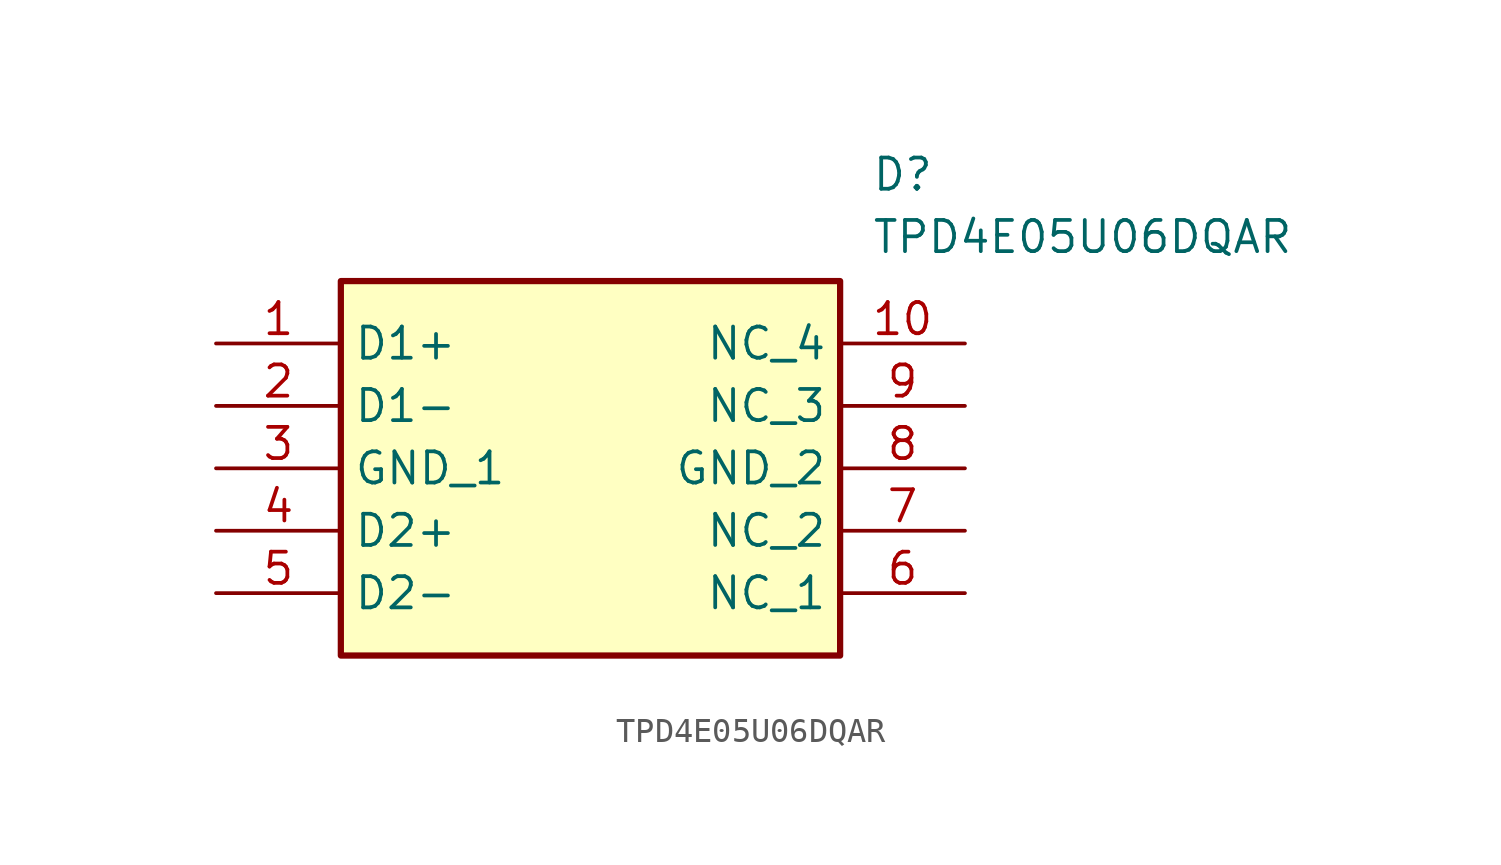
<source format=kicad_sym>
(kicad_symbol_lib
  (version 20211014)
  (generator SamacSys_ECAD_Model)
  (symbol "TPD4E05U06DQAR"
    (property "Reference" "D"
      (at 26.67 7.62 0)
      (effects (font (size 1.27 1.27)) (justify left top)))
    (property "Value" "TPD4E05U06DQAR"
      (at 26.67 5.08 0)
      (effects (font (size 1.27 1.27)) (justify left top)))
    (rectangle
      (start 5.08 2.54)
      (end 25.4 -12.7)
      (stroke (width 0.254) (type default))
      (fill (type background)))
    (pin passive line
      (at 0 0 0)
      (length 5.08)
      (name "D1+" (effects (font (size 1.27 1.27))))
      (number "1" (effects (font (size 1.27 1.27)))))
    (pin passive line
      (at 0 -2.54 0)
      (length 5.08)
      (name "D1-" (effects (font (size 1.27 1.27))))
      (number "2" (effects (font (size 1.27 1.27)))))
    (pin passive line
      (at 0 -5.08 0)
      (length 5.08)
      (name "GND_1" (effects (font (size 1.27 1.27))))
      (number "3" (effects (font (size 1.27 1.27)))))
    (pin passive line
      (at 0 -7.62 0)
      (length 5.08)
      (name "D2+" (effects (font (size 1.27 1.27))))
      (number "4" (effects (font (size 1.27 1.27)))))
    (pin passive line
      (at 0 -10.16 0)
      (length 5.08)
      (name "D2-" (effects (font (size 1.27 1.27))))
      (number "5" (effects (font (size 1.27 1.27)))))
    (pin passive line
      (at 30.48 -10.16 180)
      (length 5.08)
      (name "NC_1" (effects (font (size 1.27 1.27))))
      (number "6" (effects (font (size 1.27 1.27)))))
    (pin passive line
      (at 30.48 -7.62 180)
      (length 5.08)
      (name "NC_2" (effects (font (size 1.27 1.27))))
      (number "7" (effects (font (size 1.27 1.27)))))
    (pin passive line
      (at 30.48 -5.08 180)
      (length 5.08)
      (name "GND_2" (effects (font (size 1.27 1.27))))
      (number "8" (effects (font (size 1.27 1.27)))))
    (pin passive line
      (at 30.48 -2.54 180)
      (length 5.08)
      (name "NC_3" (effects (font (size 1.27 1.27))))
      (number "9" (effects (font (size 1.27 1.27)))))
    (pin passive line
      (at 30.48 0 180)
      (length 5.08)
      (name "NC_4" (effects (font (size 1.27 1.27))))
      (number "10" (effects (font (size 1.27 1.27)))))))
</source>
